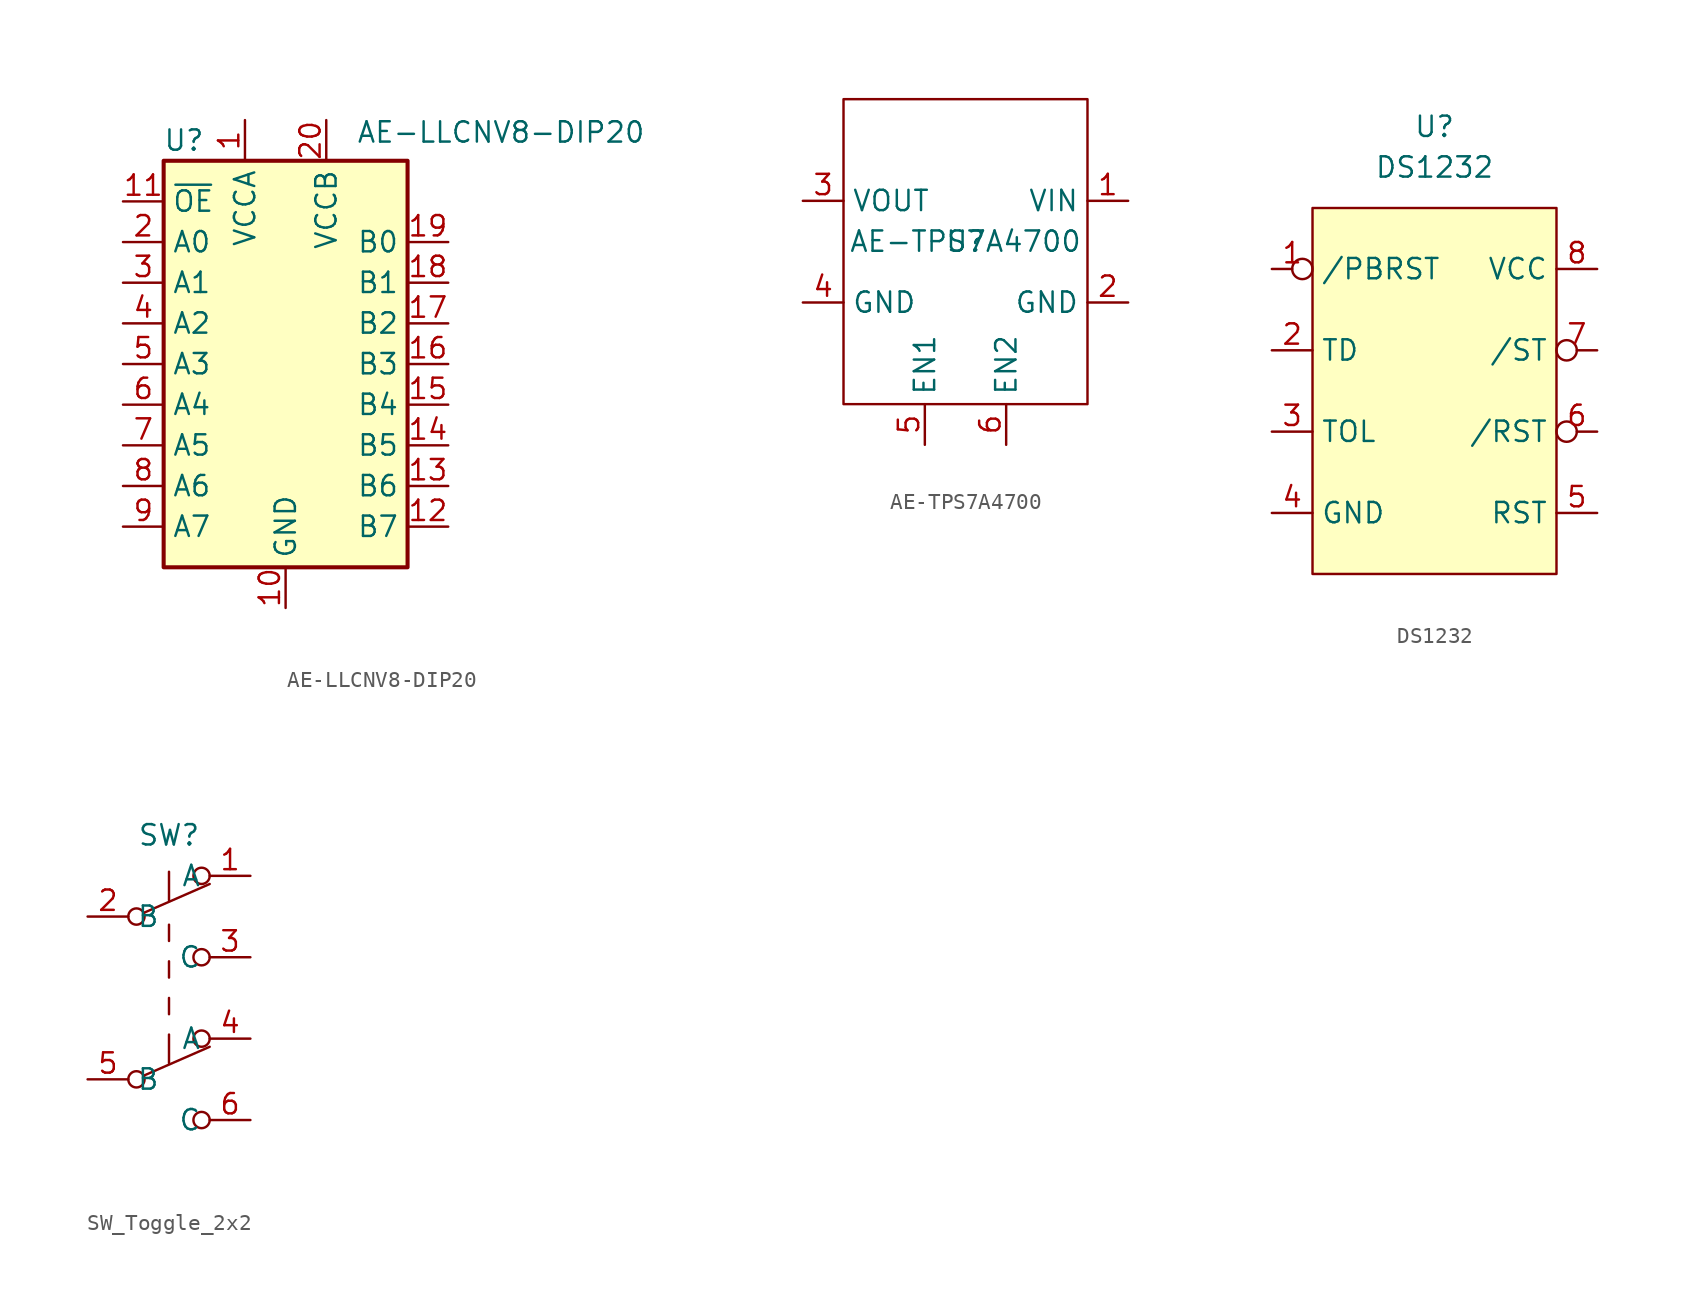
<source format=kicad_sym>
(kicad_symbol_lib
  (version 20231120)
  (generator "kicad_symbol_editor")
  (generator_version "8.0")
  (symbol "AE-LLCNV8-DIP20"
    (property "Reference" "U"
      (at -6.35 13.97 0)
      (effects (font (size 1.27 1.27))))
    (property "Value" "AE-LLCNV8-DIP20"
      (at 13.462 14.478 0)
      (effects (font (size 1.27 1.27))))
    (symbol "AE-LLCNV8-DIP20_1_1"
      (rectangle (start -7.62 12.7) (end 7.62 -12.7) (stroke (width 0.254) (type default)) (fill (type background)))
      (pin power_in line (at -2.54 15.24 270) (length 2.54) (name "VCCA" (effects (font (size 1.27 1.27)))) (number "1" (effects (font (size 1.27 1.27)))))
      (pin power_in line (at 0 -15.24 90) (length 2.54) (name "GND" (effects (font (size 1.27 1.27)))) (number "10" (effects (font (size 1.27 1.27)))))
      (pin input line (at -10.16 10.16 0) (length 2.54) (name "~{OE}" (effects (font (size 1.27 1.27)))) (number "11" (effects (font (size 1.27 1.27)))))
      (pin bidirectional line (at 10.16 -10.16 180) (length 2.54) (name "B7" (effects (font (size 1.27 1.27)))) (number "12" (effects (font (size 1.27 1.27)))))
      (pin bidirectional line (at 10.16 -7.62 180) (length 2.54) (name "B6" (effects (font (size 1.27 1.27)))) (number "13" (effects (font (size 1.27 1.27)))))
      (pin bidirectional line (at 10.16 -5.08 180) (length 2.54) (name "B5" (effects (font (size 1.27 1.27)))) (number "14" (effects (font (size 1.27 1.27)))))
      (pin bidirectional line (at 10.16 -2.54 180) (length 2.54) (name "B4" (effects (font (size 1.27 1.27)))) (number "15" (effects (font (size 1.27 1.27)))))
      (pin bidirectional line (at 10.16 0 180) (length 2.54) (name "B3" (effects (font (size 1.27 1.27)))) (number "16" (effects (font (size 1.27 1.27)))))
      (pin bidirectional line (at 10.16 2.54 180) (length 2.54) (name "B2" (effects (font (size 1.27 1.27)))) (number "17" (effects (font (size 1.27 1.27)))))
      (pin bidirectional line (at 10.16 5.08 180) (length 2.54) (name "B1" (effects (font (size 1.27 1.27)))) (number "18" (effects (font (size 1.27 1.27)))))
      (pin bidirectional line (at 10.16 7.62 180) (length 2.54) (name "B0" (effects (font (size 1.27 1.27)))) (number "19" (effects (font (size 1.27 1.27)))))
      (pin bidirectional line (at -10.16 7.62 0) (length 2.54) (name "A0" (effects (font (size 1.27 1.27)))) (number "2" (effects (font (size 1.27 1.27)))))
      (pin power_in line (at 2.54 15.24 270) (length 2.54) (name "VCCB" (effects (font (size 1.27 1.27)))) (number "20" (effects (font (size 1.27 1.27)))))
      (pin bidirectional line (at -10.16 5.08 0) (length 2.54) (name "A1" (effects (font (size 1.27 1.27)))) (number "3" (effects (font (size 1.27 1.27)))))
      (pin bidirectional line (at -10.16 2.54 0) (length 2.54) (name "A2" (effects (font (size 1.27 1.27)))) (number "4" (effects (font (size 1.27 1.27)))))
      (pin bidirectional line (at -10.16 0 0) (length 2.54) (name "A3" (effects (font (size 1.27 1.27)))) (number "5" (effects (font (size 1.27 1.27)))))
      (pin bidirectional line (at -10.16 -2.54 0) (length 2.54) (name "A4" (effects (font (size 1.27 1.27)))) (number "6" (effects (font (size 1.27 1.27)))))
      (pin bidirectional line (at -10.16 -5.08 0) (length 2.54) (name "A5" (effects (font (size 1.27 1.27)))) (number "7" (effects (font (size 1.27 1.27)))))
      (pin bidirectional line (at -10.16 -7.62 0) (length 2.54) (name "A6" (effects (font (size 1.27 1.27)))) (number "8" (effects (font (size 1.27 1.27)))))
      (pin bidirectional line (at -10.16 -10.16 0) (length 2.54) (name "A7" (effects (font (size 1.27 1.27)))) (number "9" (effects (font (size 1.27 1.27)))))))
  (symbol "AE-TPS7A4700"
    (property "Reference" "U"
      (at 0 0 0)
      (effects (font (size 1.27 1.27))))
    (property "Value" "AE-TPS7A4700"
      (at 0 0 0)
      (effects (font (size 1.27 1.27))))
    (symbol "AE-TPS7A4700_0_1"
      (rectangle (start -7.62 8.89) (end 7.62 -10.16) (stroke (width 0) (type default)) (fill (type none))))
    (symbol "AE-TPS7A4700_1_1"
      (pin power_in line (at 10.16 2.54 180) (length 2.54) (name "VIN" (effects (font (size 1.27 1.27)))) (number "1" (effects (font (size 1.27 1.27)))))
      (pin power_in line (at 10.16 -3.81 180) (length 2.54) (name "GND" (effects (font (size 1.27 1.27)))) (number "2" (effects (font (size 1.27 1.27)))))
      (pin power_in line (at -10.16 2.54 0) (length 2.54) (name "VOUT" (effects (font (size 1.27 1.27)))) (number "3" (effects (font (size 1.27 1.27)))))
      (pin power_in line (at -10.16 -3.81 0) (length 2.54) (name "GND" (effects (font (size 1.27 1.27)))) (number "4" (effects (font (size 1.27 1.27)))))
      (pin passive line (at -2.54 -12.7 90) (length 2.54) (name "EN1" (effects (font (size 1.27 1.27)))) (number "5" (effects (font (size 1.27 1.27)))))
      (pin passive line (at 2.54 -12.7 90) (length 2.54) (name "EN2" (effects (font (size 1.27 1.27)))) (number "6" (effects (font (size 1.27 1.27)))))))
  (symbol "DS1232"
    (property "Reference" "U"
      (at 0 2.54 0)
      (effects (font (size 1.27 1.27))))
    (property "Value" "DS1232"
      (at 0 0 0)
      (effects (font (size 1.27 1.27))))
    (symbol "DS1232_1_1"
      (rectangle (start -7.62 -2.54) (end 7.62 -25.4) (stroke (width 0) (type default)) (fill (type background)))
      (pin input inverted (at -10.16 -6.35 0) (length 2.54) (name "/PBRST" (effects (font (size 1.27 1.27)))) (number "1" (effects (font (size 1.27 1.27)))))
      (pin input line (at -10.16 -11.43 0) (length 2.54) (name "TD" (effects (font (size 1.27 1.27)))) (number "2" (effects (font (size 1.27 1.27)))))
      (pin input line (at -10.16 -16.51 0) (length 2.54) (name "TOL" (effects (font (size 1.27 1.27)))) (number "3" (effects (font (size 1.27 1.27)))))
      (pin power_in line (at -10.16 -21.59 0) (length 2.54) (name "GND" (effects (font (size 1.27 1.27)))) (number "4" (effects (font (size 1.27 1.27)))))
      (pin output line (at 10.16 -21.59 180) (length 2.54) (name "RST" (effects (font (size 1.27 1.27)))) (number "5" (effects (font (size 1.27 1.27)))))
      (pin output inverted (at 10.16 -16.51 180) (length 2.54) (name "/RST" (effects (font (size 1.27 1.27)))) (number "6" (effects (font (size 1.27 1.27)))))
      (pin input inverted (at 10.16 -11.43 180) (length 2.54) (name "/ST" (effects (font (size 1.27 1.27)))) (number "7" (effects (font (size 1.27 1.27)))))
      (pin power_in line (at 10.16 -6.35 180) (length 2.54) (name "VCC" (effects (font (size 1.27 1.27)))) (number "8" (effects (font (size 1.27 1.27)))))))
  (symbol "SW_Toggle_2x2"
    (property "Reference" "SW"
      (at 0 0 0)
      (effects (font (size 1.27 1.27))))
    (property "Value" ""
      (at 0 0 0)
      (effects (font (size 1.27 1.27))))
    (symbol "SW_Toggle_2x2_0_0"
      (circle (center -2.032 -15.24) (radius 0.508) (stroke (width 0) (type default)) (fill (type none)))
      (circle (center -2.032 -5.08) (radius 0.508) (stroke (width 0) (type default)) (fill (type none)))
      (circle (center 2.032 -17.78) (radius 0.508) (stroke (width 0) (type default)) (fill (type none)))
      (circle (center 2.032 -7.62) (radius 0.508) (stroke (width 0) (type default)) (fill (type none))))
    (symbol "SW_Toggle_2x2_0_1"
      (polyline (pts (xy -1.524 -14.986) (xy 2.54 -13.208)) (stroke (width 0) (type default)) (fill (type none)))
      (polyline (pts (xy -1.524 -4.826) (xy 2.54 -3.048)) (stroke (width 0) (type default)) (fill (type none)))
      (polyline (pts (xy 0 -12.446) (xy 0 -14.224)) (stroke (width 0) (type default)) (fill (type none)))
      (polyline (pts (xy 0 -11.176) (xy 0 -10.16)) (stroke (width 0) (type default)) (fill (type none)))
      (polyline (pts (xy 0 -8.89) (xy 0 -7.874)) (stroke (width 0) (type default)) (fill (type none)))
      (polyline (pts (xy 0 -6.604) (xy 0 -5.588)) (stroke (width 0) (type default)) (fill (type none)))
      (polyline (pts (xy 0 -2.286) (xy 0 -4.064)) (stroke (width 0) (type default)) (fill (type none)))
      (circle (center 2.032 -12.7) (radius 0.508) (stroke (width 0) (type default)) (fill (type none)))
      (circle (center 2.032 -2.54) (radius 0.508) (stroke (width 0) (type default)) (fill (type none))))
    (symbol "SW_Toggle_2x2_1_1"
      (pin passive line (at 5.08 -2.54 180) (length 2.54) (name "A" (effects (font (size 1.27 1.27)))) (number "1" (effects (font (size 1.27 1.27)))))
      (pin passive line (at -5.08 -5.08 0) (length 2.54) (name "B" (effects (font (size 1.27 1.27)))) (number "2" (effects (font (size 1.27 1.27)))))
      (pin passive line (at 5.08 -7.62 180) (length 2.54) (name "C" (effects (font (size 1.27 1.27)))) (number "3" (effects (font (size 1.27 1.27)))))
      (pin passive line (at 5.08 -12.7 180) (length 2.54) (name "A" (effects (font (size 1.27 1.27)))) (number "4" (effects (font (size 1.27 1.27)))))
      (pin passive line (at -5.08 -15.24 0) (length 2.54) (name "B" (effects (font (size 1.27 1.27)))) (number "5" (effects (font (size 1.27 1.27)))))
      (pin passive line (at 5.08 -17.78 180) (length 2.54) (name "C" (effects (font (size 1.27 1.27)))) (number "6" (effects (font (size 1.27 1.27)))))
      (pin no_connect non_logic (at -3.81 -1.27 90) (length 2.54) hide (name "" (effects (font (size 1.27 1.27)))) (number "7" (effects (font (size 1.27 1.27)))))
      (pin no_connect non_logic (at -3.81 -17.78 270) (length 2.54) hide (name "" (effects (font (size 1.27 1.27)))) (number "8" (effects (font (size 1.27 1.27))))))))
</source>
